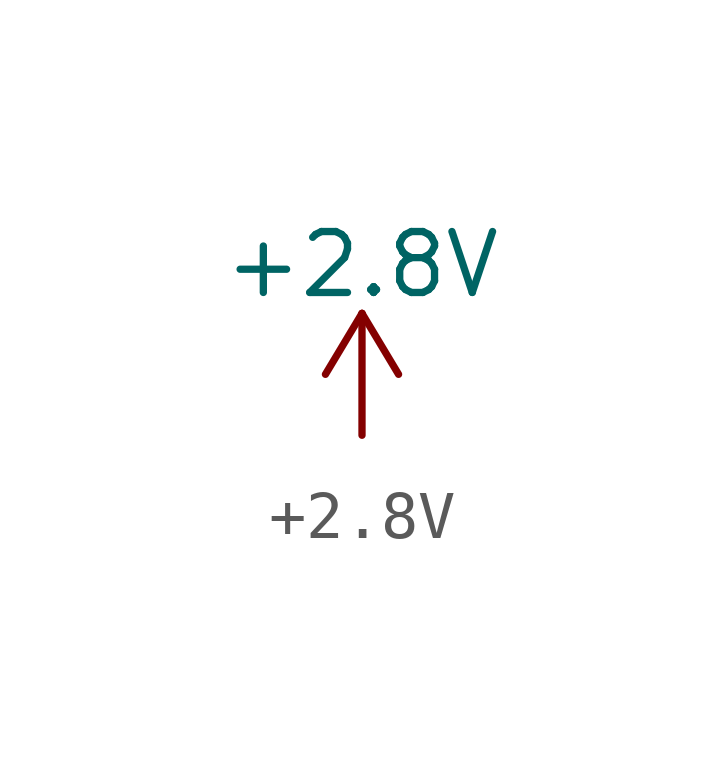
<source format=kicad_sym>
(kicad_symbol_lib
  (version 20211014)
  (generator kicad_symbol_editor)
  (symbol "+2.8V"
    (power)
    (pin_names
      (offset 0))
    (property "Reference" "#PWR"
      (at 0 -3.81 0)
      (effects (font (size 1.27 1.27)) hide))
    (property "Value" "+2.8V"
      (at 0 3.556 0)
      (effects (font (size 1.27 1.27))))
    (symbol "+2.8V_0_1"
      (polyline (pts (xy -0.762 1.27) (xy 0 2.54)) (stroke (width 0) (type default) (color 0 0 0 0)) (fill (type none)))
      (polyline (pts (xy 0 0) (xy 0 2.54)) (stroke (width 0) (type default) (color 0 0 0 0)) (fill (type none)))
      (polyline (pts (xy 0 2.54) (xy 0.762 1.27)) (stroke (width 0) (type default) (color 0 0 0 0)) (fill (type none))))
    (symbol "+2.8V_1_1"
      (pin power_in line (at 0 0 90) (length 0) hide (name "+2V8" (effects (font (size 1.27 1.27)))) (number "1" (effects (font (size 1.27 1.27))))))))
</source>
